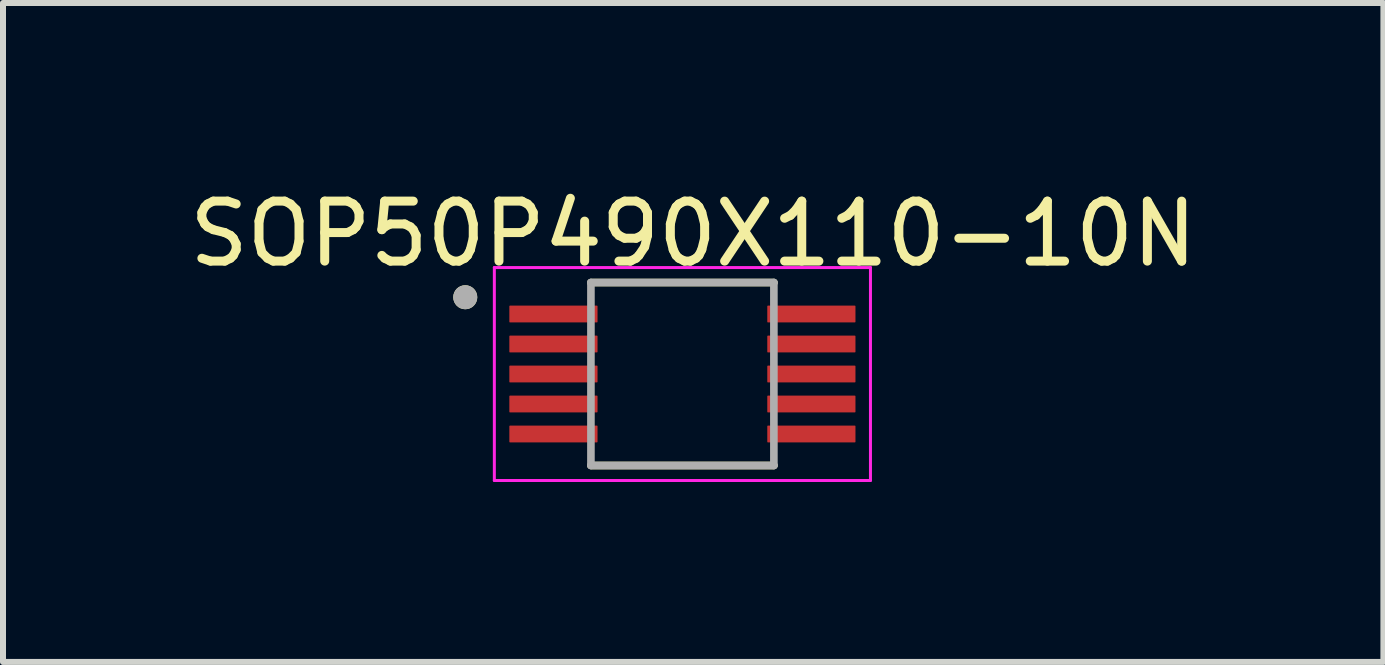
<source format=kicad_pcb>
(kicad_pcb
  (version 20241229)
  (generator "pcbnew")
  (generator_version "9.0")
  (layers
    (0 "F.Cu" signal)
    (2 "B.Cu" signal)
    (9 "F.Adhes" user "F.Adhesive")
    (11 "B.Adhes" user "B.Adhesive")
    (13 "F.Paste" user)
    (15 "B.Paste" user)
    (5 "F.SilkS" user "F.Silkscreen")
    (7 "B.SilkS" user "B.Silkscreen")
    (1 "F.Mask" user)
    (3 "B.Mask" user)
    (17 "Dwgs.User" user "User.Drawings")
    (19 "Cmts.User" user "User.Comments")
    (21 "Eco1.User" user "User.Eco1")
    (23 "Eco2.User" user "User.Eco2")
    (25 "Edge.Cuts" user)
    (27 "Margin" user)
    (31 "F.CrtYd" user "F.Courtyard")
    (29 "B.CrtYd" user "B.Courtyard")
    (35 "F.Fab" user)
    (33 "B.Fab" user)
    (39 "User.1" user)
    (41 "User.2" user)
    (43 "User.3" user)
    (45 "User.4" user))
  (footprint "SOP50P490X110-10N"
    (layer "F.Cu")
    (at 8.326 3.185)
    (property "Reference" "SOP50P490X110-10N" (at 0.18 -2.337 0) (layer "F.SilkS") (effects (font (size 1 1) (thickness 0.15))))
    (attr smd)
    (fp_line (start -1.525 -1.525) (end 1.525 -1.525) (stroke (width 0.127) (type solid)) (layer "F.SilkS"))
    (fp_line (start -1.525 1.525) (end 1.525 1.525) (stroke (width 0.127) (type solid)) (layer "F.SilkS"))
    (fp_circle (center -3.62 -1.28) (end -3.52 -1.28) (stroke (width 0.2) (type solid)) (fill no) (layer "F.SilkS"))
    (fp_line (start -3.135 -1.775) (end -3.135 1.775) (stroke (width 0.05) (type solid)) (layer "F.CrtYd"))
    (fp_line (start -3.135 -1.775) (end 3.135 -1.775) (stroke (width 0.05) (type solid)) (layer "F.CrtYd"))
    (fp_line (start -3.135 1.775) (end 3.135 1.775) (stroke (width 0.05) (type solid)) (layer "F.CrtYd"))
    (fp_line (start 3.135 -1.775) (end 3.135 1.775) (stroke (width 0.05) (type solid)) (layer "F.CrtYd"))
    (fp_line (start -1.525 -1.525) (end -1.525 1.525) (stroke (width 0.127) (type solid)) (layer "F.Fab"))
    (fp_line (start -1.525 -1.525) (end 1.525 -1.525) (stroke (width 0.127) (type solid)) (layer "F.Fab"))
    (fp_line (start -1.525 1.525) (end 1.525 1.525) (stroke (width 0.127) (type solid)) (layer "F.Fab"))
    (fp_line (start 1.525 -1.525) (end 1.525 1.525) (stroke (width 0.127) (type solid)) (layer "F.Fab"))
    (fp_circle (center -3.62 -1.28) (end -3.52 -1.28) (stroke (width 0.2) (type solid)) (fill no) (layer "F.Fab"))
    (pad "1" smd roundrect (at -2.15 -1) (size 1.47 0.28) (layers "F.Cu" "F.Mask" "F.Paste") (roundrect_rratio 0.04))
    (pad "2" smd roundrect (at -2.15 -0.5) (size 1.47 0.28) (layers "F.Cu" "F.Mask" "F.Paste") (roundrect_rratio 0.04))
    (pad "3" smd roundrect (at -2.15 0) (size 1.47 0.28) (layers "F.Cu" "F.Mask" "F.Paste") (roundrect_rratio 0.04))
    (pad "4" smd roundrect (at -2.15 0.5) (size 1.47 0.28) (layers "F.Cu" "F.Mask" "F.Paste") (roundrect_rratio 0.04))
    (pad "5" smd roundrect (at -2.15 1) (size 1.47 0.28) (layers "F.Cu" "F.Mask" "F.Paste") (roundrect_rratio 0.04))
    (pad "6" smd roundrect (at 2.15 1) (size 1.47 0.28) (layers "F.Cu" "F.Mask" "F.Paste") (roundrect_rratio 0.04))
    (pad "7" smd roundrect (at 2.15 0.5) (size 1.47 0.28) (layers "F.Cu" "F.Mask" "F.Paste") (roundrect_rratio 0.04))
    (pad "8" smd roundrect (at 2.15 0) (size 1.47 0.28) (layers "F.Cu" "F.Mask" "F.Paste") (roundrect_rratio 0.04))
    (pad "9" smd roundrect (at 2.15 -0.5) (size 1.47 0.28) (layers "F.Cu" "F.Mask" "F.Paste") (roundrect_rratio 0.04))
    (pad "10" smd roundrect (at 2.15 -1) (size 1.47 0.28) (layers "F.Cu" "F.Mask" "F.Paste") (roundrect_rratio 0.04)))
  (gr_rect
    (start -3 -3)
    (end 20.012 7.985)
    (stroke (width 0.1) (type default))
    (fill no)
    (layer "Edge.Cuts")))
</source>
